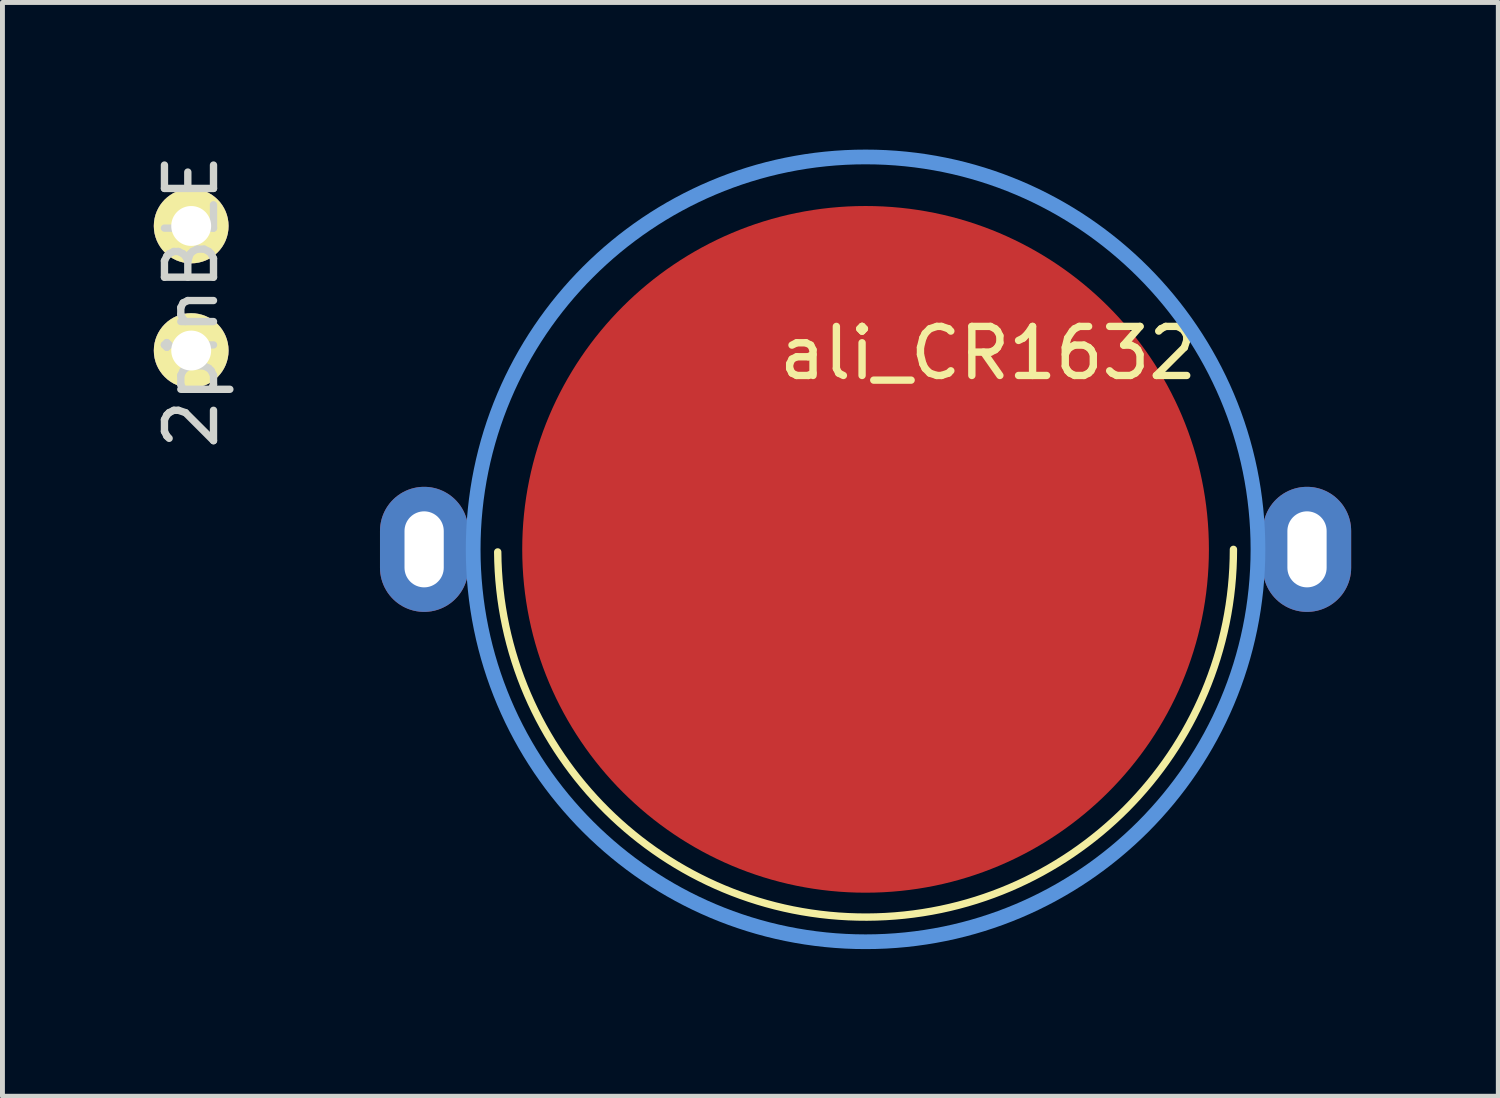
<source format=kicad_pcb>
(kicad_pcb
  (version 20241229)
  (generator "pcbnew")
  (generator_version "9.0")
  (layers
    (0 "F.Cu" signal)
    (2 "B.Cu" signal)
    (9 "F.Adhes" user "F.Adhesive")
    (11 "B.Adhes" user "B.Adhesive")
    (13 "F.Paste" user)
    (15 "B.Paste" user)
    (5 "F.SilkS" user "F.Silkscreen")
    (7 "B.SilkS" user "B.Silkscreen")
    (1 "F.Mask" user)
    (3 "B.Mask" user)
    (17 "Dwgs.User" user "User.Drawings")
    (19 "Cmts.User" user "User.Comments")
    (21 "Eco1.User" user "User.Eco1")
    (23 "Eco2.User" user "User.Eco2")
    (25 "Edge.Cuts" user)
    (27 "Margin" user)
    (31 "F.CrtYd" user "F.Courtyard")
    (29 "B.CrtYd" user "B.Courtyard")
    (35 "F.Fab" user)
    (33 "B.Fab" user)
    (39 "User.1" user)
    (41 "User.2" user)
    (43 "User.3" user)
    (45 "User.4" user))
  (footprint "ali_CR1632"
    (layer "F.Cu")
    (at 14.597 8.15)
    (property "Reference" "ali_CR1632" (at 2.5 -4 0) (layer "F.SilkS") (effects (font (size 1 1) (thickness 0.15))))
    (attr through_hole)
    (fp_arc (start 7.5 0) (mid 0.02618 7.499954) (end -7.499817 0.052359) (stroke (width 0.15) (type solid)) (layer "F.SilkS"))
    (fp_circle (center 0 0) (end 0 -8) (stroke (width 0.3) (type solid)) (fill no) (layer "Cmts.User"))
    (pad "1" thru_hole oval (at -9 0) (size 1.8 2.55) (drill oval 0.8 1.55) (layers "*.Cu" "*.Mask"))
    (pad "1" thru_hole oval (at 9 0) (size 1.8 2.55) (drill oval 0.8 1.55) (layers "*.Cu" "*.Mask"))
    (pad "2" smd circle (at 0 0) (size 14 14) (layers "F.Cu" "F.Mask")))
  (footprint "2pinBLE"
    (layer "F.Cu")
    (at 0.848 3.101)
    (property "Reference" "2pinBLE" (at 0 0 270) (layer "Edge.Cuts") (effects (font (size 1 1) (thickness 0.15))))
    (attr through_hole)
    (pad "1" thru_hole circle (at 0 -1.544) (size 1.524 1.524) (drill 0.813) (layers "*.Cu" "*.Mask" "F.SilkS"))
    (pad "2" thru_hole circle (at 0 0.996) (size 1.524 1.524) (drill 0.813) (layers "*.Cu" "*.Mask" "F.SilkS")))
  (gr_rect
    (start -3 -3)
    (end 27.497 19.3)
    (stroke (width 0.1) (type default))
    (fill no)
    (layer "Edge.Cuts")))
</source>
